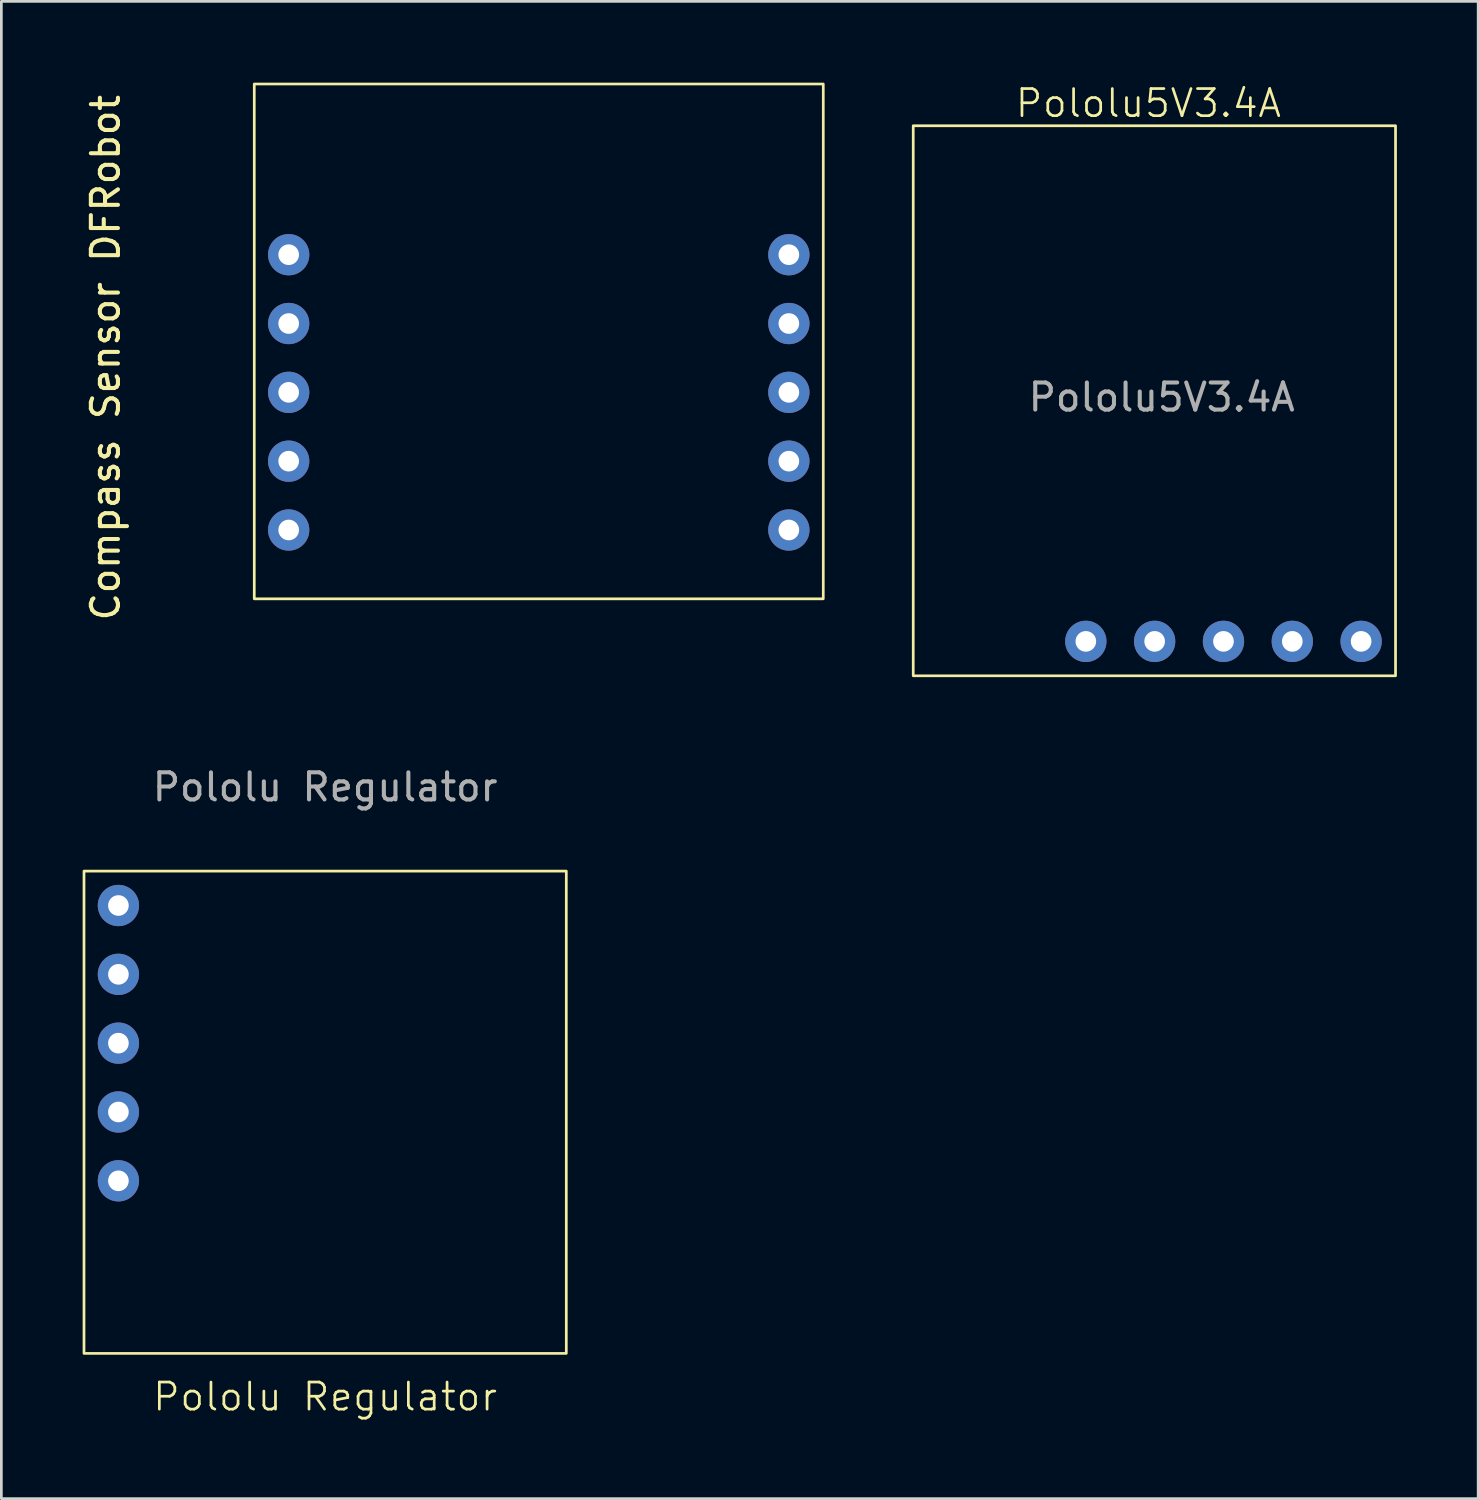
<source format=kicad_pcb>
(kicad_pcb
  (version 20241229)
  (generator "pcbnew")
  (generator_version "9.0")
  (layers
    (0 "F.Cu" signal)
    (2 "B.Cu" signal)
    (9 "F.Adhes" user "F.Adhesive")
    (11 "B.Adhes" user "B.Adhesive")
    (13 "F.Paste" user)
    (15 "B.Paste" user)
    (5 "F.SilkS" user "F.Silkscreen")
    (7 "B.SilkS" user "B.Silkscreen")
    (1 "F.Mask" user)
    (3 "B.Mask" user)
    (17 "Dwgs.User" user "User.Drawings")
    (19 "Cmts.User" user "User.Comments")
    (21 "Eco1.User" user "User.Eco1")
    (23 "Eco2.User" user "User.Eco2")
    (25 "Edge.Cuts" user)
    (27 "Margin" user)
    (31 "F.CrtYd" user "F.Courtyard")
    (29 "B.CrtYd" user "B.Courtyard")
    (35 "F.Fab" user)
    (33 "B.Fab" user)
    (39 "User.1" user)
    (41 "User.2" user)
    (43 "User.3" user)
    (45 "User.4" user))
  (footprint "Compass Sensor DFRobot"
    (layer "F.Cu")
    (at 16.834 9.55)
    (property "Reference" "Compass Sensor DFRobot" (at -15.986 0.602 90) (layer "F.SilkS") (effects (font (size 1 1) (thickness 0.15))))
    (attr through_hole)
    (fp_rect (start -10.5 -9.5) (end 10.5 9.5) (stroke (width 0.1) (type default)) (fill no) (layer "F.SilkS"))
    (pad "1" thru_hole circle (at -9.23 -3.2) (size 1.524 1.524) (drill 0.762) (layers "*.Cu" "*.Mask"))
    (pad "2" thru_hole circle (at -9.23 -0.66) (size 1.524 1.524) (drill 0.762) (layers "*.Cu" "*.Mask"))
    (pad "3" thru_hole circle (at -9.23 1.88) (size 1.524 1.524) (drill 0.762) (layers "*.Cu" "*.Mask"))
    (pad "4" thru_hole circle (at -9.23 4.42) (size 1.524 1.524) (drill 0.762) (layers "*.Cu" "*.Mask"))
    (pad "5" thru_hole circle (at -9.23 6.96) (size 1.524 1.524) (drill 0.762) (layers "*.Cu" "*.Mask"))
    (pad "6" thru_hole circle (at 9.23 -3.2) (size 1.524 1.524) (drill 0.762) (layers "*.Cu" "*.Mask"))
    (pad "7" thru_hole circle (at 9.23 1.88) (size 1.524 1.524) (drill 0.762) (layers "*.Cu" "*.Mask"))
    (pad "8" thru_hole circle (at 9.23 6.96) (size 1.524 1.524) (drill 0.762) (layers "*.Cu" "*.Mask"))
    (pad "9" thru_hole circle (at 9.23 -0.66) (size 1.524 1.524) (drill 0.762) (layers "*.Cu" "*.Mask"))
    (pad "10" thru_hole circle (at 9.23 4.42) (size 1.524 1.524) (drill 0.762) (layers "*.Cu" "*.Mask")))
  (footprint "Pololu Regulator"
    (layer "F.Cu")
    (at 8.95 37.999)
    (property "Reference" "Pololu Regulator" (at 0 10.5 0) (unlocked yes) (layer "F.SilkS") (effects (font (size 1 1) (thickness 0.1))))
    (attr through_hole)
    (fp_rect (start -8.9 -8.9) (end 8.9 8.9) (stroke (width 0.1) (type default)) (fill no) (layer "F.SilkS"))
    (fp_text user "${REFERENCE}" (at 0 -12 0) (unlocked yes) (layer "F.Fab") (effects (font (size 1 1) (thickness 0.15))))
    (pad "1" thru_hole circle (at -7.63 -7.63) (size 1.524 1.524) (drill 0.762) (layers "*.Cu" "*.Mask"))
    (pad "2" thru_hole circle (at -7.63 -5.09) (size 1.524 1.524) (drill 0.762) (layers "*.Cu" "*.Mask"))
    (pad "3" thru_hole circle (at -7.63 -2.55) (size 1.524 1.524) (drill 0.762) (layers "*.Cu" "*.Mask"))
    (pad "4" thru_hole circle (at -7.63 -0.01) (size 1.524 1.524) (drill 0.762) (layers "*.Cu" "*.Mask"))
    (pad "5" thru_hole circle (at -7.63 2.53) (size 1.524 1.524) (drill 0.762) (layers "*.Cu" "*.Mask")))
  (footprint "Pololu5V3.4A"
    (layer "F.Cu")
    (at 30.634 21.901)
    (property "Reference" "Pololu5V3.4A" (at 8.7 -21.14 0) (unlocked yes) (layer "F.SilkS") (effects (font (size 1 1) (thickness 0.1))))
    (attr through_hole)
    (fp_rect (start 0.02 -0.01) (end 17.82 -20.31) (stroke (width 0.1) (type default)) (fill no) (layer "F.SilkS"))
    (fp_text user "${REFERENCE}" (at 9.19 -10.29 0) (unlocked yes) (layer "F.Fab") (effects (font (size 1 1) (thickness 0.15))))
    (pad "1" thru_hole circle (at 6.39 -1.28) (size 1.524 1.524) (drill 0.762) (layers "*.Cu" "*.Mask"))
    (pad "3" thru_hole circle (at 8.93 -1.28) (size 1.524 1.524) (drill 0.762) (layers "*.Cu" "*.Mask"))
    (pad "4" thru_hole circle (at 11.47 -1.28) (size 1.524 1.524) (drill 0.762) (layers "*.Cu" "*.Mask"))
    (pad "4" thru_hole circle (at 14.01 -1.28) (size 1.524 1.524) (drill 0.762) (layers "*.Cu" "*.Mask"))
    (pad "5" thru_hole circle (at 16.55 -1.28) (size 1.524 1.524) (drill 0.762) (layers "*.Cu" "*.Mask")))
  (gr_rect
    (start -3 -3)
    (end 51.504 52.259)
    (stroke (width 0.1) (type default))
    (fill no)
    (layer "Edge.Cuts")))
</source>
